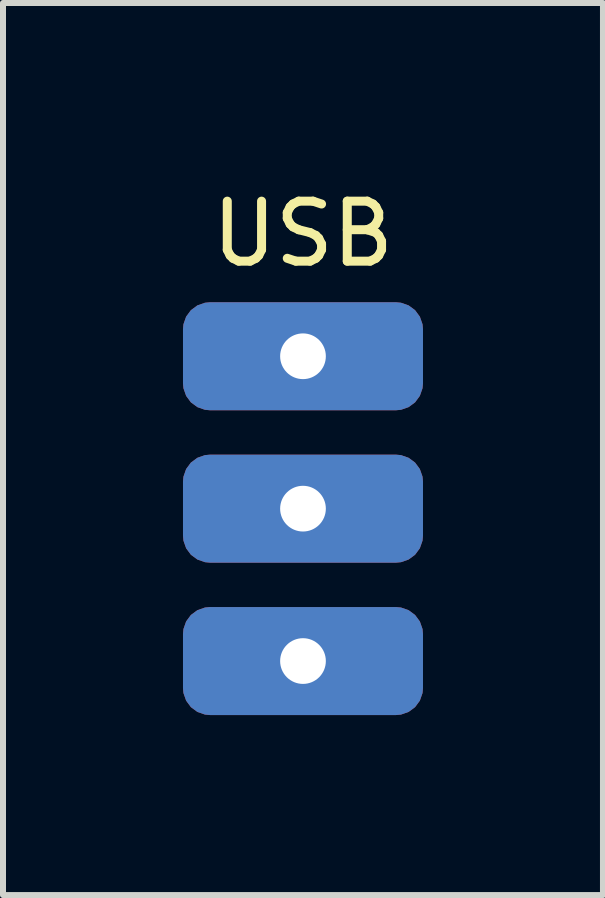
<source format=kicad_pcb>
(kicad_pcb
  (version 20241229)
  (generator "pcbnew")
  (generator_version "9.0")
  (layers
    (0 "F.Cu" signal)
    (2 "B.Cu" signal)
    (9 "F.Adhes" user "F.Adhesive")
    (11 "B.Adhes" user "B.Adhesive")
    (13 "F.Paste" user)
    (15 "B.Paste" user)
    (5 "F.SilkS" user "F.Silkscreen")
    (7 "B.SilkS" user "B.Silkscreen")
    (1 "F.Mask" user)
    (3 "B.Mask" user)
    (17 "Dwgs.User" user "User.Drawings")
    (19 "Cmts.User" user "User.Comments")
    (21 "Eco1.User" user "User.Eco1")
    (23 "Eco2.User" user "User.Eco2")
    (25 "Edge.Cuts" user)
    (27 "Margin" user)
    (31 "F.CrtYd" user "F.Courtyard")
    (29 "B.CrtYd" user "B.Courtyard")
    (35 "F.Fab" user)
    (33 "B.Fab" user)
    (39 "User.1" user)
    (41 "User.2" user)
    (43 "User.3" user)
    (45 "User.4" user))
  (footprint "USB"
    (layer "F.Cu")
    (at 2 0.348)
    (property "Reference" "USB" (at 0 0.5 0) (layer "F.SilkS") (effects (font (size 1 1) (thickness 0.15))))
    (attr through_hole)
    (pad "1" thru_hole roundrect (at 0 2.54) (size 4 1.8) (drill 0.762) (layers "*.Cu" "*.Mask") (roundrect_rratio 0.25))
    (pad "2" thru_hole roundrect (at 0 5.08) (size 4 1.8) (drill 0.762) (layers "*.Cu" "*.Mask") (roundrect_rratio 0.25))
    (pad "3" thru_hole roundrect (at 0 7.62) (size 4 1.8) (drill 0.762) (layers "*.Cu" "*.Mask") (roundrect_rratio 0.25)))
  (gr_rect
    (start -3 -3)
    (end 7 11.868)
    (stroke (width 0.1) (type default))
    (fill no)
    (layer "Edge.Cuts")))
</source>
